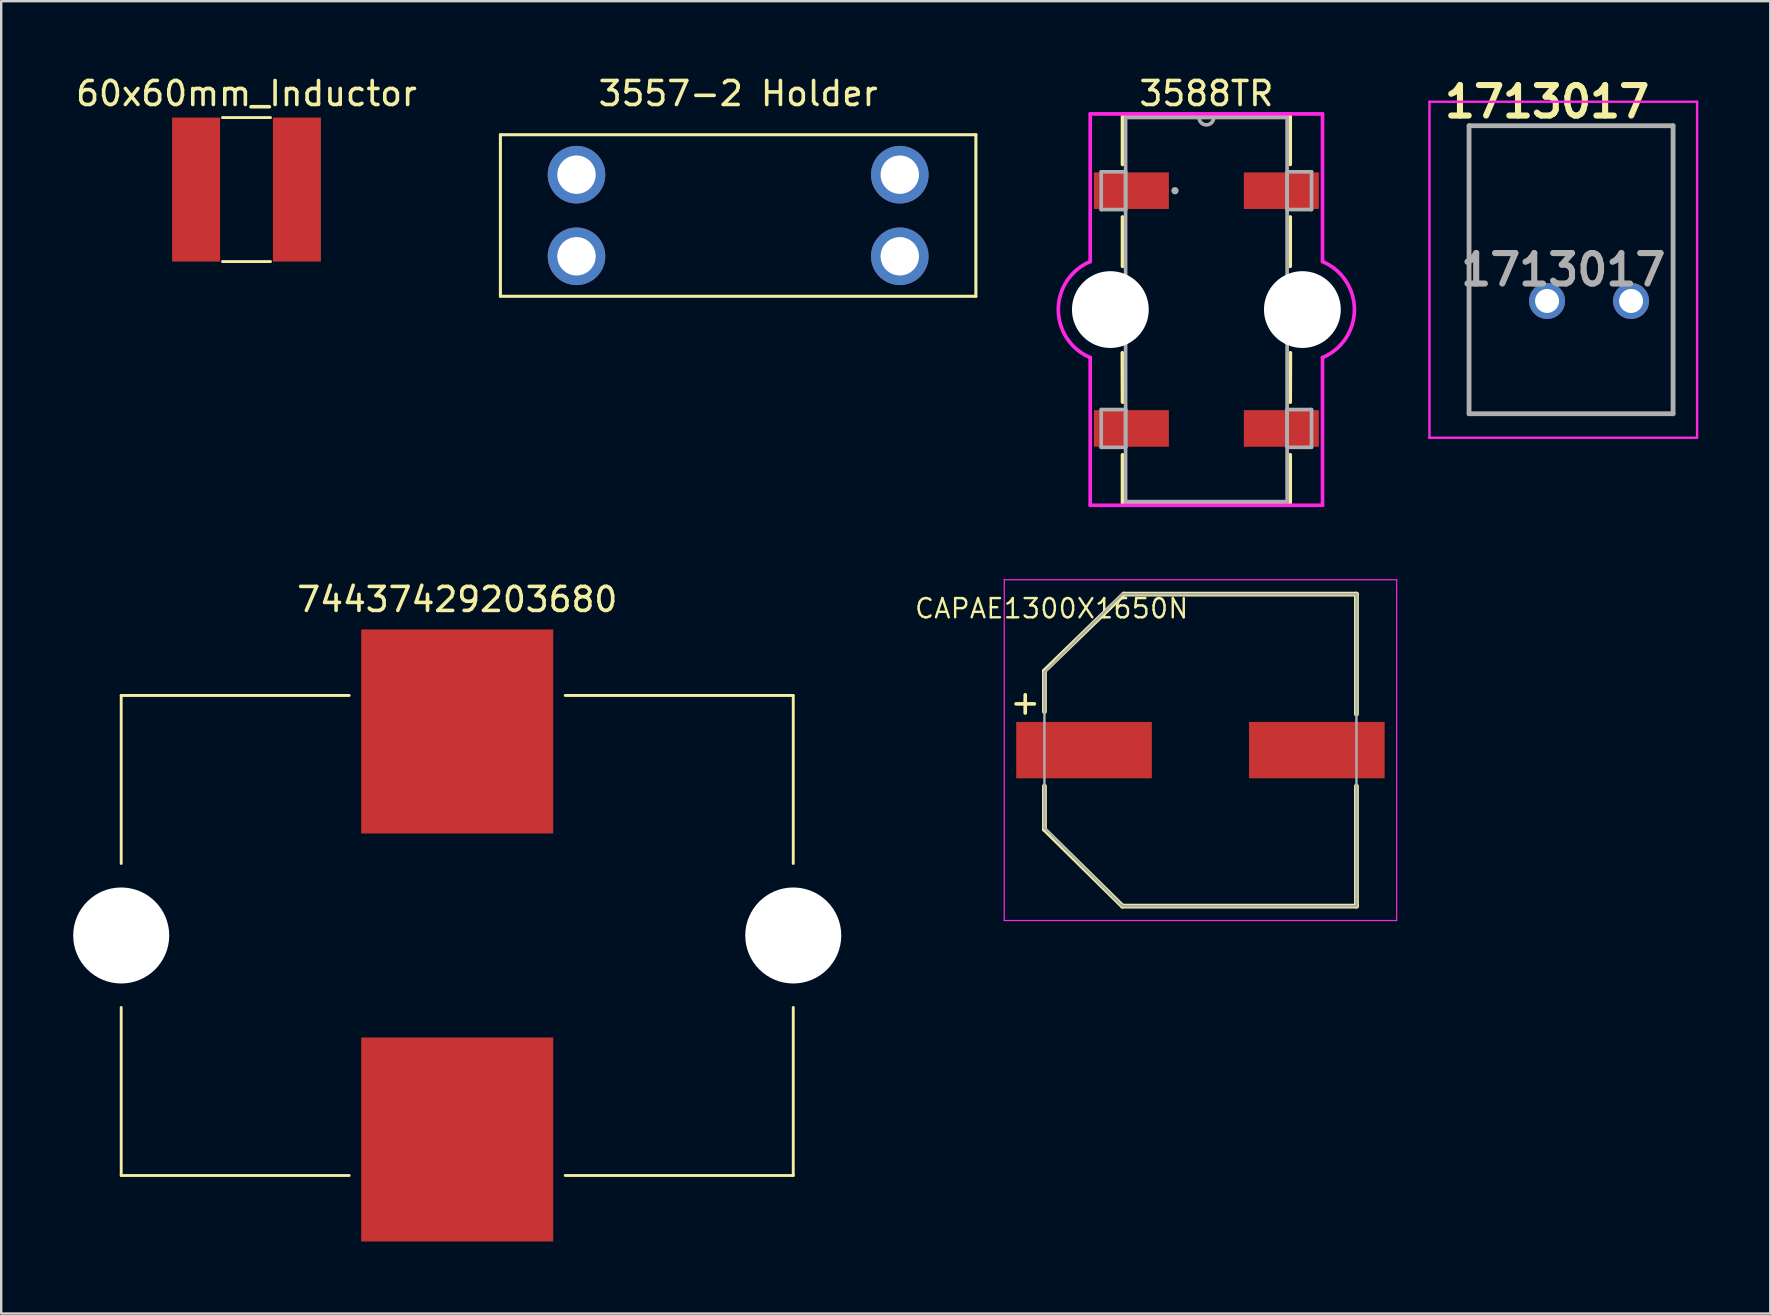
<source format=kicad_pcb>
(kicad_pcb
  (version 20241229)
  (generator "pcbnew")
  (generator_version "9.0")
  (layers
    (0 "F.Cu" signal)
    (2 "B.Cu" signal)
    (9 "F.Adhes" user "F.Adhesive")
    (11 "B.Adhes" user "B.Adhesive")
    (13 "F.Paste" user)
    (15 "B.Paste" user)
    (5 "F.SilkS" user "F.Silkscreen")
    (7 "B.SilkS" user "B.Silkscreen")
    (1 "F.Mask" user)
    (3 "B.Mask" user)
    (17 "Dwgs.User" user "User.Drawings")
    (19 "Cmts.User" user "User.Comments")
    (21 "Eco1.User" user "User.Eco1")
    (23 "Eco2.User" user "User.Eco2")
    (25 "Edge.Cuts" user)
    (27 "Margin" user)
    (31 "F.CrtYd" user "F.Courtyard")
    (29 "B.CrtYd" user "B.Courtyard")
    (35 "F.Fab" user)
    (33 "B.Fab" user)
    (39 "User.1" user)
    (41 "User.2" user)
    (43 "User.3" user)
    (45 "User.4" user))
  (footprint "CAPAE1300X1650N"
    (layer "F.Cu")
    (at 46.965 28.203)
    (property "Reference" "CAPAE1300X1650N" (at -6.2 -5.9 0) (layer "F.SilkS") (effects (font (size 0.8 0.8) (thickness 0.1))))
    (attr smd)
    (fp_line (start -6.5 -3.3) (end -6.5 -1.6) (stroke (width 0.2) (type solid)) (layer "F.SilkS"))
    (fp_line (start -6.5 3.3) (end -6.5 1.5) (stroke (width 0.2) (type solid)) (layer "F.SilkS"))
    (fp_line (start -3.25 6.5) (end -6.5 3.3) (stroke (width 0.2) (type solid)) (layer "F.SilkS"))
    (fp_line (start -3.25 6.5) (end 6.5 6.5) (stroke (width 0.2) (type solid)) (layer "F.SilkS"))
    (fp_line (start -3.2 -6.5) (end -6.5 -3.3) (stroke (width 0.2) (type solid)) (layer "F.SilkS"))
    (fp_line (start -3.2 -6.5) (end 6.5 -6.5) (stroke (width 0.2) (type solid)) (layer "F.SilkS"))
    (fp_line (start 6.5 -6.5) (end 6.5 -1.5) (stroke (width 0.2) (type solid)) (layer "F.SilkS"))
    (fp_line (start 6.5 6.5) (end 6.5 1.5) (stroke (width 0.2) (type solid)) (layer "F.SilkS"))
    (fp_line (start -8.175 -7.1) (end 8.175 -7.1) (stroke (width 0.05) (type solid)) (layer "F.CrtYd"))
    (fp_line (start -8.175 7.1) (end -8.175 -7.1) (stroke (width 0.05) (type solid)) (layer "F.CrtYd"))
    (fp_line (start 8.175 -7.1) (end 8.175 7.1) (stroke (width 0.05) (type solid)) (layer "F.CrtYd"))
    (fp_line (start 8.175 7.1) (end -8.175 7.1) (stroke (width 0.05) (type solid)) (layer "F.CrtYd"))
    (fp_line (start -6.5 -3.25) (end -6.5 3.25) (stroke (width 0.1) (type solid)) (layer "F.Fab"))
    (fp_line (start -6.5 3.25) (end -3.25 6.5) (stroke (width 0.1) (type solid)) (layer "F.Fab"))
    (fp_line (start -3.25 -6.5) (end -6.5 -3.25) (stroke (width 0.1) (type solid)) (layer "F.Fab"))
    (fp_line (start -3.25 6.5) (end 6.5 6.5) (stroke (width 0.1) (type solid)) (layer "F.Fab"))
    (fp_line (start 6.5 -6.5) (end -3.25 -6.5) (stroke (width 0.1) (type solid)) (layer "F.Fab"))
    (fp_line (start 6.5 6.5) (end 6.5 -6.5) (stroke (width 0.1) (type solid)) (layer "F.Fab"))
    (fp_text user "+" (at -7.3 -2 0) (layer "F.SilkS") (effects (font (size 1 1) (thickness 0.15))))
    (pad "1" smd rect (at -4.85 0 90) (size 2.35 5.65) (layers "F.Cu" "F.Mask" "F.Paste"))
    (pad "2" smd rect (at 4.85 0 90) (size 2.35 5.65) (layers "F.Cu" "F.Mask" "F.Paste")))
  (footprint "74437429203680"
    (layer "F.Cu")
    (at 16 35.926)
    (property "Reference" "74437429203680" (at 0 -14 0) (layer "F.SilkS") (effects (font (size 1 1) (thickness 0.15))))
    (attr smd)
    (fp_line (start -14 -10) (end -14 -3) (stroke (width 0.12) (type solid)) (layer "F.SilkS"))
    (fp_line (start -14 -10) (end -4.5 -10) (stroke (width 0.12) (type solid)) (layer "F.SilkS"))
    (fp_line (start -14 3) (end -14 10) (stroke (width 0.12) (type solid)) (layer "F.SilkS"))
    (fp_line (start -14 10) (end -4.5 10) (stroke (width 0.12) (type solid)) (layer "F.SilkS"))
    (fp_line (start 14 -10) (end 4.5 -10) (stroke (width 0.12) (type solid)) (layer "F.SilkS"))
    (fp_line (start 14 -10) (end 14 -3) (stroke (width 0.12) (type solid)) (layer "F.SilkS"))
    (fp_line (start 14 3) (end 14 10) (stroke (width 0.12) (type solid)) (layer "F.SilkS"))
    (fp_line (start 14 10) (end 4.5 10) (stroke (width 0.12) (type solid)) (layer "F.SilkS"))
    (pad "" np_thru_hole circle (at -14 0) (size 4 4) (drill 4) (layers "*.Cu" "*.Mask"))
    (pad "" np_thru_hole circle (at 14 0) (size 4 4) (drill 4) (layers "*.Cu" "*.Mask"))
    (pad "1" smd rect (at 0 -8.5) (size 8 8.5) (layers "F.Cu" "F.Mask" "F.Paste"))
    (pad "2" smd rect (at 0 8.5) (size 8 8.5) (layers "F.Cu" "F.Mask" "F.Paste")))
  (footprint "3588TR"
    (layer "F.Cu")
    (at 47.212 9.848)
    (property "Reference" "3588TR" (at 0 -9 0) (layer "F.SilkS") (effects (font (size 1 1) (thickness 0.15))))
    (attr smd)
    (fp_line (start -3.5 1.8) (end -3.493 3.858) (stroke (width 0.152) (type solid)) (layer "F.SilkS"))
    (fp_line (start -3.493 -8.128) (end -3.493 -6.048) (stroke (width 0.152) (type solid)) (layer "F.SilkS"))
    (fp_line (start -3.493 -3.858) (end -3.493 -1.8) (stroke (width 0.152) (type solid)) (layer "F.SilkS"))
    (fp_line (start -3.493 6.048) (end -3.493 8.128) (stroke (width 0.152) (type solid)) (layer "F.SilkS"))
    (fp_line (start -3.493 8.128) (end 3.493 8.128) (stroke (width 0.152) (type solid)) (layer "F.SilkS"))
    (fp_line (start 3.493 -8.128) (end -3.493 -8.128) (stroke (width 0.152) (type solid)) (layer "F.SilkS"))
    (fp_line (start 3.493 -6.048) (end 3.493 -8.128) (stroke (width 0.152) (type solid)) (layer "F.SilkS"))
    (fp_line (start 3.493 -1.8) (end 3.493 -3.858) (stroke (width 0.152) (type solid)) (layer "F.SilkS"))
    (fp_line (start 3.493 3.858) (end 3.5 1.8) (stroke (width 0.152) (type solid)) (layer "F.SilkS"))
    (fp_line (start 3.493 8.128) (end 3.493 6.048) (stroke (width 0.152) (type solid)) (layer "F.SilkS"))
    (fp_line (start -4.839 -8.153) (end 4.839 -8.153) (stroke (width 0.152) (type solid)) (layer "F.CrtYd"))
    (fp_line (start -4.839 -2) (end -4.839 -8.153) (stroke (width 0.152) (type solid)) (layer "F.CrtYd"))
    (fp_line (start -4.839 8.153) (end -4.839 2) (stroke (width 0.152) (type solid)) (layer "F.CrtYd"))
    (fp_line (start 4.839 -8.153) (end 4.839 -2) (stroke (width 0.152) (type solid)) (layer "F.CrtYd"))
    (fp_line (start 4.839 2) (end 4.839 8.153) (stroke (width 0.152) (type solid)) (layer "F.CrtYd"))
    (fp_line (start 4.839 8.153) (end -4.839 8.153) (stroke (width 0.152) (type solid)) (layer "F.CrtYd"))
    (fp_arc (start -4.8387 2) (mid -6.168736 0) (end -4.8387 -2) (stroke (width 0.1524) (type solid)) (layer "F.CrtYd"))
    (fp_arc (start 4.8387 -2) (mid 6.168736 0) (end 4.8387 2) (stroke (width 0.1524) (type solid)) (layer "F.CrtYd"))
    (fp_line (start -4.381 -5.74) (end -4.381 -4.166) (stroke (width 0.152) (type solid)) (layer "F.Fab"))
    (fp_line (start -4.381 -4.166) (end -3.365 -4.166) (stroke (width 0.152) (type solid)) (layer "F.Fab"))
    (fp_line (start -4.381 4.166) (end -4.381 5.74) (stroke (width 0.152) (type solid)) (layer "F.Fab"))
    (fp_line (start -4.381 5.74) (end -3.365 5.74) (stroke (width 0.152) (type solid)) (layer "F.Fab"))
    (fp_line (start -3.365 -8.001) (end -3.365 8.001) (stroke (width 0.152) (type solid)) (layer "F.Fab"))
    (fp_line (start -3.365 -5.74) (end -4.381 -5.74) (stroke (width 0.152) (type solid)) (layer "F.Fab"))
    (fp_line (start -3.365 -4.166) (end -3.365 -5.74) (stroke (width 0.152) (type solid)) (layer "F.Fab"))
    (fp_line (start -3.365 4.166) (end -4.381 4.166) (stroke (width 0.152) (type solid)) (layer "F.Fab"))
    (fp_line (start -3.365 5.74) (end -3.365 4.166) (stroke (width 0.152) (type solid)) (layer "F.Fab"))
    (fp_line (start -3.365 8.001) (end 3.365 8.001) (stroke (width 0.152) (type solid)) (layer "F.Fab"))
    (fp_line (start 3.365 -8.001) (end -3.365 -8.001) (stroke (width 0.152) (type solid)) (layer "F.Fab"))
    (fp_line (start 3.365 -5.74) (end 3.365 -4.166) (stroke (width 0.152) (type solid)) (layer "F.Fab"))
    (fp_line (start 3.365 -4.166) (end 4.381 -4.166) (stroke (width 0.152) (type solid)) (layer "F.Fab"))
    (fp_line (start 3.365 4.166) (end 3.365 5.74) (stroke (width 0.152) (type solid)) (layer "F.Fab"))
    (fp_line (start 3.365 5.74) (end 4.381 5.74) (stroke (width 0.152) (type solid)) (layer "F.Fab"))
    (fp_line (start 3.365 8.001) (end 3.365 -8.001) (stroke (width 0.152) (type solid)) (layer "F.Fab"))
    (fp_line (start 4.381 -5.74) (end 3.365 -5.74) (stroke (width 0.152) (type solid)) (layer "F.Fab"))
    (fp_line (start 4.381 -4.166) (end 4.381 -5.74) (stroke (width 0.152) (type solid)) (layer "F.Fab"))
    (fp_line (start 4.381 4.166) (end 3.365 4.166) (stroke (width 0.152) (type solid)) (layer "F.Fab"))
    (fp_line (start 4.381 5.74) (end 4.381 4.166) (stroke (width 0.152) (type solid)) (layer "F.Fab"))
    (fp_arc (start 0.3048 -8.001) (mid 0 -7.6962) (end -0.3048 -8.001) (stroke (width 0.1524) (type solid)) (layer "F.Fab"))
    (fp_circle (center -1.308 -4.953) (end -1.308 -4.953) (stroke (width 0.152) (type solid)) (fill no) (layer "F.Fab"))
    (pad "" np_thru_hole circle (at -4 0) (size 3.2 3.2) (drill 3.2) (layers "*.Cu" "*.Mask"))
    (pad "" np_thru_hole circle (at 4 0) (size 3.2 3.2) (drill 3.2) (layers "*.Cu" "*.Mask"))
    (pad "1" smd rect (at -3.124 -4.953) (size 3.124 1.524) (layers "F.Cu" "F.Mask" "F.Paste"))
    (pad "2" smd rect (at 3.124 -4.953) (size 3.124 1.524) (layers "F.Cu" "F.Mask" "F.Paste"))
    (pad "3" smd rect (at -3.124 4.953) (size 3.124 1.524) (layers "F.Cu" "F.Mask" "F.Paste"))
    (pad "4" smd rect (at 3.124 4.953) (size 3.124 1.524) (layers "F.Cu" "F.Mask" "F.Paste")))
  (footprint "1713017"
    (layer "F.Cu")
    (at 61.407 9.489)
    (property "Reference" "1713017" (at 0 -8.3 0) (layer "F.SilkS") (effects (font (size 1.27 1.27) (thickness 0.254))))
    (attr through_hole)
    (fp_line (start -3.25 -7.3) (end 5.25 -7.3) (stroke (width 0.1) (type solid)) (layer "F.SilkS"))
    (fp_line (start -3.25 4.7) (end -3.25 -7.3) (stroke (width 0.1) (type solid)) (layer "F.SilkS"))
    (fp_line (start 5.25 -7.3) (end 5.25 4.7) (stroke (width 0.1) (type solid)) (layer "F.SilkS"))
    (fp_line (start 5.25 4.7) (end -3.25 4.7) (stroke (width 0.1) (type solid)) (layer "F.SilkS"))
    (fp_line (start -4.9 -8.3) (end 6.25 -8.3) (stroke (width 0.1) (type solid)) (layer "F.CrtYd"))
    (fp_line (start -4.9 5.7) (end -4.9 -8.3) (stroke (width 0.1) (type solid)) (layer "F.CrtYd"))
    (fp_line (start 6.25 -8.3) (end 6.25 5.7) (stroke (width 0.1) (type solid)) (layer "F.CrtYd"))
    (fp_line (start 6.25 5.7) (end -4.9 5.7) (stroke (width 0.1) (type solid)) (layer "F.CrtYd"))
    (fp_line (start -3.25 -7.3) (end 5.25 -7.3) (stroke (width 0.2) (type solid)) (layer "F.Fab"))
    (fp_line (start -3.25 4.7) (end -3.25 -7.3) (stroke (width 0.2) (type solid)) (layer "F.Fab"))
    (fp_line (start 5.25 -7.3) (end 5.25 4.7) (stroke (width 0.2) (type solid)) (layer "F.Fab"))
    (fp_line (start 5.25 4.7) (end -3.25 4.7) (stroke (width 0.2) (type solid)) (layer "F.Fab"))
    (fp_text user "${REFERENCE}" (at 0.675 -1.3 0) (layer "F.Fab") (effects (font (size 1.27 1.27) (thickness 0.254))))
    (pad "1" thru_hole circle (at 0 0) (size 1.5 1.5) (drill 1) (layers "*.Cu" "*.Mask"))
    (pad "2" thru_hole circle (at 3.5 0) (size 1.5 1.5) (drill 1) (layers "*.Cu" "*.Mask")))
  (footprint "60x60mm_Inductor"
    (layer "F.Cu")
    (at 7.22 4.848)
    (property "Reference" "60x60mm_Inductor" (at 0 -4 0) (layer "F.SilkS") (effects (font (size 1 1) (thickness 0.15))))
    (attr smd)
    (fp_line (start -1 -3) (end 1 -3) (stroke (width 0.12) (type solid)) (layer "F.SilkS"))
    (fp_line (start -1 3) (end 1 3) (stroke (width 0.12) (type solid)) (layer "F.SilkS"))
    (pad "1" smd rect (at -2.1 0) (size 2 6) (layers "F.Cu" "F.Mask" "F.Paste"))
    (pad "2" smd rect (at 2.1 0) (size 2 6) (layers "F.Cu" "F.Mask" "F.Paste")))
  (footprint "3557-2 Holder"
    (layer "F.Cu")
    (at 27.704 5.928)
    (property "Reference" "3557-2 Holder" (at 0 -5.08 0) (layer "F.SilkS") (effects (font (size 1 1) (thickness 0.15))))
    (attr through_hole)
    (fp_line (start -9.905 -3.365) (end -9.905 3.365) (stroke (width 0.127) (type solid)) (layer "F.SilkS"))
    (fp_line (start -9.905 3.365) (end 9.905 3.365) (stroke (width 0.127) (type solid)) (layer "F.SilkS"))
    (fp_line (start 9.905 -3.365) (end -9.905 -3.365) (stroke (width 0.127) (type solid)) (layer "F.SilkS"))
    (fp_line (start 9.905 3.365) (end 9.905 -3.365) (stroke (width 0.127) (type solid)) (layer "F.SilkS"))
    (fp_line (start -10.2 -3.6) (end 10.2 -3.6) (stroke (width 0.127) (type solid)) (layer "Eco1.User"))
    (fp_line (start -10.2 3.6) (end -10.2 -3.6) (stroke (width 0.127) (type solid)) (layer "Eco1.User"))
    (fp_line (start 10.2 -3.6) (end 10.2 3.6) (stroke (width 0.127) (type solid)) (layer "Eco1.User"))
    (fp_line (start 10.2 3.6) (end -10.2 3.6) (stroke (width 0.127) (type solid)) (layer "Eco1.User"))
    (pad "1" thru_hole circle (at -6.735 -1.7) (size 2.4 2.4) (drill 1.6) (layers "*.Cu" "*.Mask"))
    (pad "1" thru_hole circle (at -6.735 1.7) (size 2.4 2.4) (drill 1.6) (layers "*.Cu" "*.Mask"))
    (pad "2" thru_hole circle (at 6.735 -1.7) (size 2.4 2.4) (drill 1.6) (layers "*.Cu" "*.Mask"))
    (pad "2" thru_hole circle (at 6.735 1.7) (size 2.4 2.4) (drill 1.6) (layers "*.Cu" "*.Mask")))
  (gr_rect
    (start -3 -3)
    (end 70.707 51.676)
    (stroke (width 0.1) (type default))
    (fill no)
    (layer "Edge.Cuts")))
</source>
